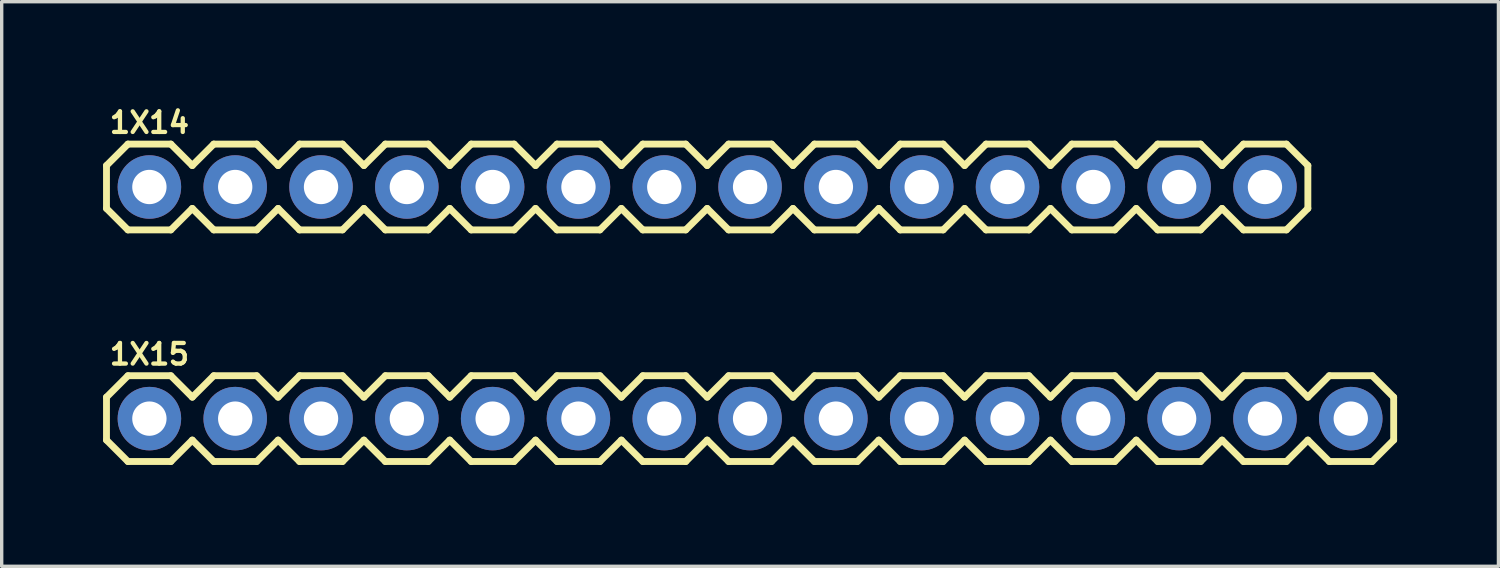
<source format=kicad_pcb>
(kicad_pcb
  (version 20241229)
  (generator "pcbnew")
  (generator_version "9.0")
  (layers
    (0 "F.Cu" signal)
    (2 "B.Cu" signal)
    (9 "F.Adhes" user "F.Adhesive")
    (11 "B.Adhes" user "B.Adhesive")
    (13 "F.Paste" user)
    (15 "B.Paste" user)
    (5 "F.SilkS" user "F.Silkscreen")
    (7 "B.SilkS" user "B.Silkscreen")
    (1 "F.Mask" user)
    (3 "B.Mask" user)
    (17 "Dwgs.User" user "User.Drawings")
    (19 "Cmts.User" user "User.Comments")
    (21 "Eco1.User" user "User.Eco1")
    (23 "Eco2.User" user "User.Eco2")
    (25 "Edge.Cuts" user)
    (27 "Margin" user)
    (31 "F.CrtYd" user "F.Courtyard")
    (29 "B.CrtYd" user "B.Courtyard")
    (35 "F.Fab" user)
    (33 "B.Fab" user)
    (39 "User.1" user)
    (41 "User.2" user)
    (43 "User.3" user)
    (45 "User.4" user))
  (footprint "1X14"
    (layer "F.Cu")
    (at 1.372 2.485)
    (property "Reference" "1X14" (at 0 -1.905 0) (layer "F.SilkS") (effects (font (size 0.61 0.61) (thickness 0.127))))
    (attr exclude_from_pos_files exclude_from_bom)
    (fp_line (start -1.27 -0.635) (end -1.27 0.635) (stroke (width 0.203) (type solid)) (layer "F.SilkS"))
    (fp_line (start -1.27 0.635) (end -0.635 1.27) (stroke (width 0.203) (type solid)) (layer "F.SilkS"))
    (fp_line (start -0.635 -1.27) (end -1.27 -0.635) (stroke (width 0.203) (type solid)) (layer "F.SilkS"))
    (fp_line (start -0.635 -1.27) (end 0.635 -1.27) (stroke (width 0.203) (type solid)) (layer "F.SilkS"))
    (fp_line (start 0.635 -1.27) (end 1.27 -0.635) (stroke (width 0.203) (type solid)) (layer "F.SilkS"))
    (fp_line (start 0.635 1.27) (end -0.635 1.27) (stroke (width 0.203) (type solid)) (layer "F.SilkS"))
    (fp_line (start 1.27 -0.635) (end 1.905 -1.27) (stroke (width 0.203) (type solid)) (layer "F.SilkS"))
    (fp_line (start 1.27 0.635) (end 0.635 1.27) (stroke (width 0.203) (type solid)) (layer "F.SilkS"))
    (fp_line (start 1.905 -1.27) (end 3.175 -1.27) (stroke (width 0.203) (type solid)) (layer "F.SilkS"))
    (fp_line (start 1.905 1.27) (end 1.27 0.635) (stroke (width 0.203) (type solid)) (layer "F.SilkS"))
    (fp_line (start 3.175 -1.27) (end 3.81 -0.635) (stroke (width 0.203) (type solid)) (layer "F.SilkS"))
    (fp_line (start 3.175 1.27) (end 1.905 1.27) (stroke (width 0.203) (type solid)) (layer "F.SilkS"))
    (fp_line (start 3.81 -0.635) (end 4.445 -1.27) (stroke (width 0.203) (type solid)) (layer "F.SilkS"))
    (fp_line (start 3.81 0.635) (end 3.175 1.27) (stroke (width 0.203) (type solid)) (layer "F.SilkS"))
    (fp_line (start 4.445 -1.27) (end 5.715 -1.27) (stroke (width 0.203) (type solid)) (layer "F.SilkS"))
    (fp_line (start 4.445 1.27) (end 3.81 0.635) (stroke (width 0.203) (type solid)) (layer "F.SilkS"))
    (fp_line (start 5.715 -1.27) (end 6.35 -0.635) (stroke (width 0.203) (type solid)) (layer "F.SilkS"))
    (fp_line (start 5.715 1.27) (end 4.445 1.27) (stroke (width 0.203) (type solid)) (layer "F.SilkS"))
    (fp_line (start 6.35 0.635) (end 5.715 1.27) (stroke (width 0.203) (type solid)) (layer "F.SilkS"))
    (fp_line (start 6.35 0.635) (end 6.985 1.27) (stroke (width 0.203) (type solid)) (layer "F.SilkS"))
    (fp_line (start 6.985 -1.27) (end 6.35 -0.635) (stroke (width 0.203) (type solid)) (layer "F.SilkS"))
    (fp_line (start 6.985 -1.27) (end 8.255 -1.27) (stroke (width 0.203) (type solid)) (layer "F.SilkS"))
    (fp_line (start 8.255 -1.27) (end 8.89 -0.635) (stroke (width 0.203) (type solid)) (layer "F.SilkS"))
    (fp_line (start 8.255 1.27) (end 6.985 1.27) (stroke (width 0.203) (type solid)) (layer "F.SilkS"))
    (fp_line (start 8.89 -0.635) (end 9.525 -1.27) (stroke (width 0.203) (type solid)) (layer "F.SilkS"))
    (fp_line (start 8.89 0.635) (end 8.255 1.27) (stroke (width 0.203) (type solid)) (layer "F.SilkS"))
    (fp_line (start 9.525 -1.27) (end 10.795 -1.27) (stroke (width 0.203) (type solid)) (layer "F.SilkS"))
    (fp_line (start 9.525 1.27) (end 8.89 0.635) (stroke (width 0.203) (type solid)) (layer "F.SilkS"))
    (fp_line (start 10.795 -1.27) (end 11.43 -0.635) (stroke (width 0.203) (type solid)) (layer "F.SilkS"))
    (fp_line (start 10.795 1.27) (end 9.525 1.27) (stroke (width 0.203) (type solid)) (layer "F.SilkS"))
    (fp_line (start 11.43 -0.635) (end 12.065 -1.27) (stroke (width 0.203) (type solid)) (layer "F.SilkS"))
    (fp_line (start 11.43 0.635) (end 10.795 1.27) (stroke (width 0.203) (type solid)) (layer "F.SilkS"))
    (fp_line (start 12.065 -1.27) (end 13.335 -1.27) (stroke (width 0.203) (type solid)) (layer "F.SilkS"))
    (fp_line (start 12.065 1.27) (end 11.43 0.635) (stroke (width 0.203) (type solid)) (layer "F.SilkS"))
    (fp_line (start 13.335 -1.27) (end 13.97 -0.635) (stroke (width 0.203) (type solid)) (layer "F.SilkS"))
    (fp_line (start 13.335 1.27) (end 12.065 1.27) (stroke (width 0.203) (type solid)) (layer "F.SilkS"))
    (fp_line (start 13.97 0.635) (end 13.335 1.27) (stroke (width 0.203) (type solid)) (layer "F.SilkS"))
    (fp_line (start 13.97 0.635) (end 14.605 1.27) (stroke (width 0.203) (type solid)) (layer "F.SilkS"))
    (fp_line (start 14.605 -1.27) (end 13.97 -0.635) (stroke (width 0.203) (type solid)) (layer "F.SilkS"))
    (fp_line (start 14.605 -1.27) (end 15.875 -1.27) (stroke (width 0.203) (type solid)) (layer "F.SilkS"))
    (fp_line (start 15.875 -1.27) (end 16.51 -0.635) (stroke (width 0.203) (type solid)) (layer "F.SilkS"))
    (fp_line (start 15.875 1.27) (end 14.605 1.27) (stroke (width 0.203) (type solid)) (layer "F.SilkS"))
    (fp_line (start 16.51 0.635) (end 15.875 1.27) (stroke (width 0.203) (type solid)) (layer "F.SilkS"))
    (fp_line (start 16.51 0.635) (end 17.145 1.27) (stroke (width 0.203) (type solid)) (layer "F.SilkS"))
    (fp_line (start 17.145 -1.27) (end 16.51 -0.635) (stroke (width 0.203) (type solid)) (layer "F.SilkS"))
    (fp_line (start 17.145 -1.27) (end 18.415 -1.27) (stroke (width 0.203) (type solid)) (layer "F.SilkS"))
    (fp_line (start 18.415 -1.27) (end 19.05 -0.635) (stroke (width 0.203) (type solid)) (layer "F.SilkS"))
    (fp_line (start 18.415 1.27) (end 17.145 1.27) (stroke (width 0.203) (type solid)) (layer "F.SilkS"))
    (fp_line (start 19.05 -0.635) (end 19.685 -1.27) (stroke (width 0.203) (type solid)) (layer "F.SilkS"))
    (fp_line (start 19.05 0.635) (end 18.415 1.27) (stroke (width 0.203) (type solid)) (layer "F.SilkS"))
    (fp_line (start 19.685 -1.27) (end 20.955 -1.27) (stroke (width 0.203) (type solid)) (layer "F.SilkS"))
    (fp_line (start 19.685 1.27) (end 19.05 0.635) (stroke (width 0.203) (type solid)) (layer "F.SilkS"))
    (fp_line (start 20.955 -1.27) (end 21.59 -0.635) (stroke (width 0.203) (type solid)) (layer "F.SilkS"))
    (fp_line (start 20.955 1.27) (end 19.685 1.27) (stroke (width 0.203) (type solid)) (layer "F.SilkS"))
    (fp_line (start 21.59 -0.635) (end 22.225 -1.27) (stroke (width 0.203) (type solid)) (layer "F.SilkS"))
    (fp_line (start 21.59 0.635) (end 20.955 1.27) (stroke (width 0.203) (type solid)) (layer "F.SilkS"))
    (fp_line (start 22.225 -1.27) (end 23.495 -1.27) (stroke (width 0.203) (type solid)) (layer "F.SilkS"))
    (fp_line (start 22.225 1.27) (end 21.59 0.635) (stroke (width 0.203) (type solid)) (layer "F.SilkS"))
    (fp_line (start 23.495 -1.27) (end 24.13 -0.635) (stroke (width 0.203) (type solid)) (layer "F.SilkS"))
    (fp_line (start 23.495 1.27) (end 22.225 1.27) (stroke (width 0.203) (type solid)) (layer "F.SilkS"))
    (fp_line (start 24.13 0.635) (end 23.495 1.27) (stroke (width 0.203) (type solid)) (layer "F.SilkS"))
    (fp_line (start 24.13 0.635) (end 24.765 1.27) (stroke (width 0.203) (type solid)) (layer "F.SilkS"))
    (fp_line (start 24.765 -1.27) (end 24.13 -0.635) (stroke (width 0.203) (type solid)) (layer "F.SilkS"))
    (fp_line (start 24.765 -1.27) (end 26.035 -1.27) (stroke (width 0.203) (type solid)) (layer "F.SilkS"))
    (fp_line (start 26.035 -1.27) (end 26.67 -0.635) (stroke (width 0.203) (type solid)) (layer "F.SilkS"))
    (fp_line (start 26.035 1.27) (end 24.765 1.27) (stroke (width 0.203) (type solid)) (layer "F.SilkS"))
    (fp_line (start 26.67 -0.635) (end 27.305 -1.27) (stroke (width 0.203) (type solid)) (layer "F.SilkS"))
    (fp_line (start 26.67 0.635) (end 26.035 1.27) (stroke (width 0.203) (type solid)) (layer "F.SilkS"))
    (fp_line (start 27.305 -1.27) (end 28.575 -1.27) (stroke (width 0.203) (type solid)) (layer "F.SilkS"))
    (fp_line (start 27.305 1.27) (end 26.67 0.635) (stroke (width 0.203) (type solid)) (layer "F.SilkS"))
    (fp_line (start 28.575 -1.27) (end 29.21 -0.635) (stroke (width 0.203) (type solid)) (layer "F.SilkS"))
    (fp_line (start 28.575 1.27) (end 27.305 1.27) (stroke (width 0.203) (type solid)) (layer "F.SilkS"))
    (fp_line (start 29.21 -0.635) (end 29.845 -1.27) (stroke (width 0.203) (type solid)) (layer "F.SilkS"))
    (fp_line (start 29.21 0.635) (end 28.575 1.27) (stroke (width 0.203) (type solid)) (layer "F.SilkS"))
    (fp_line (start 29.845 -1.27) (end 31.115 -1.27) (stroke (width 0.203) (type solid)) (layer "F.SilkS"))
    (fp_line (start 29.845 1.27) (end 29.21 0.635) (stroke (width 0.203) (type solid)) (layer "F.SilkS"))
    (fp_line (start 31.115 -1.27) (end 31.75 -0.635) (stroke (width 0.203) (type solid)) (layer "F.SilkS"))
    (fp_line (start 31.115 1.27) (end 29.845 1.27) (stroke (width 0.203) (type solid)) (layer "F.SilkS"))
    (fp_line (start 31.75 0.635) (end 31.115 1.27) (stroke (width 0.203) (type solid)) (layer "F.SilkS"))
    (fp_line (start 31.75 0.635) (end 32.385 1.27) (stroke (width 0.203) (type solid)) (layer "F.SilkS"))
    (fp_line (start 32.385 -1.27) (end 31.75 -0.635) (stroke (width 0.203) (type solid)) (layer "F.SilkS"))
    (fp_line (start 32.385 -1.27) (end 33.655 -1.27) (stroke (width 0.203) (type solid)) (layer "F.SilkS"))
    (fp_line (start 33.655 -1.27) (end 34.29 -0.635) (stroke (width 0.203) (type solid)) (layer "F.SilkS"))
    (fp_line (start 33.655 1.27) (end 32.385 1.27) (stroke (width 0.203) (type solid)) (layer "F.SilkS"))
    (fp_line (start 34.29 -0.635) (end 34.29 0.635) (stroke (width 0.203) (type solid)) (layer "F.SilkS"))
    (fp_line (start 34.29 0.635) (end 33.655 1.27) (stroke (width 0.203) (type solid)) (layer "F.SilkS"))
    (pad "1" thru_hole circle (at 0 0) (size 1.88 1.88) (drill 1.016) (layers "*.Cu" "*.Mask"))
    (pad "2" thru_hole circle (at 2.54 0) (size 1.88 1.88) (drill 1.016) (layers "*.Cu" "*.Mask"))
    (pad "3" thru_hole circle (at 5.08 0) (size 1.88 1.88) (drill 1.016) (layers "*.Cu" "*.Mask"))
    (pad "4" thru_hole circle (at 7.62 0) (size 1.88 1.88) (drill 1.016) (layers "*.Cu" "*.Mask"))
    (pad "5" thru_hole circle (at 10.16 0) (size 1.88 1.88) (drill 1.016) (layers "*.Cu" "*.Mask"))
    (pad "6" thru_hole circle (at 12.7 0) (size 1.88 1.88) (drill 1.016) (layers "*.Cu" "*.Mask"))
    (pad "7" thru_hole circle (at 15.24 0) (size 1.88 1.88) (drill 1.016) (layers "*.Cu" "*.Mask"))
    (pad "8" thru_hole circle (at 17.78 0) (size 1.88 1.88) (drill 1.016) (layers "*.Cu" "*.Mask"))
    (pad "9" thru_hole circle (at 20.32 0) (size 1.88 1.88) (drill 1.016) (layers "*.Cu" "*.Mask"))
    (pad "10" thru_hole circle (at 22.86 0) (size 1.88 1.88) (drill 1.016) (layers "*.Cu" "*.Mask"))
    (pad "11" thru_hole circle (at 25.4 0) (size 1.88 1.88) (drill 1.016) (layers "*.Cu" "*.Mask"))
    (pad "12" thru_hole circle (at 27.94 0) (size 1.88 1.88) (drill 1.016) (layers "*.Cu" "*.Mask"))
    (pad "13" thru_hole circle (at 30.48 0) (size 1.88 1.88) (drill 1.016) (layers "*.Cu" "*.Mask"))
    (pad "14" thru_hole circle (at 33.02 0) (size 1.88 1.88) (drill 1.016) (layers "*.Cu" "*.Mask")))
  (footprint "1X15"
    (layer "F.Cu")
    (at 1.372 9.341)
    (property "Reference" "1X15" (at 0 -1.905 0) (layer "F.SilkS") (effects (font (size 0.61 0.61) (thickness 0.127))))
    (attr exclude_from_pos_files exclude_from_bom)
    (fp_line (start -1.27 -0.635) (end -1.27 0.635) (stroke (width 0.203) (type solid)) (layer "F.SilkS"))
    (fp_line (start -1.27 0.635) (end -0.635 1.27) (stroke (width 0.203) (type solid)) (layer "F.SilkS"))
    (fp_line (start -0.635 -1.27) (end -1.27 -0.635) (stroke (width 0.203) (type solid)) (layer "F.SilkS"))
    (fp_line (start -0.635 -1.27) (end 0.635 -1.27) (stroke (width 0.203) (type solid)) (layer "F.SilkS"))
    (fp_line (start 0.635 -1.27) (end 1.27 -0.635) (stroke (width 0.203) (type solid)) (layer "F.SilkS"))
    (fp_line (start 0.635 1.27) (end -0.635 1.27) (stroke (width 0.203) (type solid)) (layer "F.SilkS"))
    (fp_line (start 1.27 -0.635) (end 1.905 -1.27) (stroke (width 0.203) (type solid)) (layer "F.SilkS"))
    (fp_line (start 1.27 0.635) (end 0.635 1.27) (stroke (width 0.203) (type solid)) (layer "F.SilkS"))
    (fp_line (start 1.905 -1.27) (end 3.175 -1.27) (stroke (width 0.203) (type solid)) (layer "F.SilkS"))
    (fp_line (start 1.905 1.27) (end 1.27 0.635) (stroke (width 0.203) (type solid)) (layer "F.SilkS"))
    (fp_line (start 3.175 -1.27) (end 3.81 -0.635) (stroke (width 0.203) (type solid)) (layer "F.SilkS"))
    (fp_line (start 3.175 1.27) (end 1.905 1.27) (stroke (width 0.203) (type solid)) (layer "F.SilkS"))
    (fp_line (start 3.81 -0.635) (end 4.445 -1.27) (stroke (width 0.203) (type solid)) (layer "F.SilkS"))
    (fp_line (start 3.81 0.635) (end 3.175 1.27) (stroke (width 0.203) (type solid)) (layer "F.SilkS"))
    (fp_line (start 4.445 -1.27) (end 5.715 -1.27) (stroke (width 0.203) (type solid)) (layer "F.SilkS"))
    (fp_line (start 4.445 1.27) (end 3.81 0.635) (stroke (width 0.203) (type solid)) (layer "F.SilkS"))
    (fp_line (start 5.715 -1.27) (end 6.35 -0.635) (stroke (width 0.203) (type solid)) (layer "F.SilkS"))
    (fp_line (start 5.715 1.27) (end 4.445 1.27) (stroke (width 0.203) (type solid)) (layer "F.SilkS"))
    (fp_line (start 6.35 0.635) (end 5.715 1.27) (stroke (width 0.203) (type solid)) (layer "F.SilkS"))
    (fp_line (start 6.35 0.635) (end 6.985 1.27) (stroke (width 0.203) (type solid)) (layer "F.SilkS"))
    (fp_line (start 6.985 -1.27) (end 6.35 -0.635) (stroke (width 0.203) (type solid)) (layer "F.SilkS"))
    (fp_line (start 6.985 -1.27) (end 8.255 -1.27) (stroke (width 0.203) (type solid)) (layer "F.SilkS"))
    (fp_line (start 8.255 -1.27) (end 8.89 -0.635) (stroke (width 0.203) (type solid)) (layer "F.SilkS"))
    (fp_line (start 8.255 1.27) (end 6.985 1.27) (stroke (width 0.203) (type solid)) (layer "F.SilkS"))
    (fp_line (start 8.89 -0.635) (end 9.525 -1.27) (stroke (width 0.203) (type solid)) (layer "F.SilkS"))
    (fp_line (start 8.89 0.635) (end 8.255 1.27) (stroke (width 0.203) (type solid)) (layer "F.SilkS"))
    (fp_line (start 9.525 -1.27) (end 10.795 -1.27) (stroke (width 0.203) (type solid)) (layer "F.SilkS"))
    (fp_line (start 9.525 1.27) (end 8.89 0.635) (stroke (width 0.203) (type solid)) (layer "F.SilkS"))
    (fp_line (start 10.795 -1.27) (end 11.43 -0.635) (stroke (width 0.203) (type solid)) (layer "F.SilkS"))
    (fp_line (start 10.795 1.27) (end 9.525 1.27) (stroke (width 0.203) (type solid)) (layer "F.SilkS"))
    (fp_line (start 11.43 -0.635) (end 12.065 -1.27) (stroke (width 0.203) (type solid)) (layer "F.SilkS"))
    (fp_line (start 11.43 0.635) (end 10.795 1.27) (stroke (width 0.203) (type solid)) (layer "F.SilkS"))
    (fp_line (start 12.065 -1.27) (end 13.335 -1.27) (stroke (width 0.203) (type solid)) (layer "F.SilkS"))
    (fp_line (start 12.065 1.27) (end 11.43 0.635) (stroke (width 0.203) (type solid)) (layer "F.SilkS"))
    (fp_line (start 13.335 -1.27) (end 13.97 -0.635) (stroke (width 0.203) (type solid)) (layer "F.SilkS"))
    (fp_line (start 13.335 1.27) (end 12.065 1.27) (stroke (width 0.203) (type solid)) (layer "F.SilkS"))
    (fp_line (start 13.97 0.635) (end 13.335 1.27) (stroke (width 0.203) (type solid)) (layer "F.SilkS"))
    (fp_line (start 13.97 0.635) (end 14.605 1.27) (stroke (width 0.203) (type solid)) (layer "F.SilkS"))
    (fp_line (start 14.605 -1.27) (end 13.97 -0.635) (stroke (width 0.203) (type solid)) (layer "F.SilkS"))
    (fp_line (start 14.605 -1.27) (end 15.875 -1.27) (stroke (width 0.203) (type solid)) (layer "F.SilkS"))
    (fp_line (start 15.875 -1.27) (end 16.51 -0.635) (stroke (width 0.203) (type solid)) (layer "F.SilkS"))
    (fp_line (start 15.875 1.27) (end 14.605 1.27) (stroke (width 0.203) (type solid)) (layer "F.SilkS"))
    (fp_line (start 16.51 0.635) (end 15.875 1.27) (stroke (width 0.203) (type solid)) (layer "F.SilkS"))
    (fp_line (start 16.51 0.635) (end 17.145 1.27) (stroke (width 0.203) (type solid)) (layer "F.SilkS"))
    (fp_line (start 17.145 -1.27) (end 16.51 -0.635) (stroke (width 0.203) (type solid)) (layer "F.SilkS"))
    (fp_line (start 17.145 -1.27) (end 18.415 -1.27) (stroke (width 0.203) (type solid)) (layer "F.SilkS"))
    (fp_line (start 18.415 -1.27) (end 19.05 -0.635) (stroke (width 0.203) (type solid)) (layer "F.SilkS"))
    (fp_line (start 18.415 1.27) (end 17.145 1.27) (stroke (width 0.203) (type solid)) (layer "F.SilkS"))
    (fp_line (start 19.05 -0.635) (end 19.685 -1.27) (stroke (width 0.203) (type solid)) (layer "F.SilkS"))
    (fp_line (start 19.05 0.635) (end 18.415 1.27) (stroke (width 0.203) (type solid)) (layer "F.SilkS"))
    (fp_line (start 19.685 -1.27) (end 20.955 -1.27) (stroke (width 0.203) (type solid)) (layer "F.SilkS"))
    (fp_line (start 19.685 1.27) (end 19.05 0.635) (stroke (width 0.203) (type solid)) (layer "F.SilkS"))
    (fp_line (start 20.955 -1.27) (end 21.59 -0.635) (stroke (width 0.203) (type solid)) (layer "F.SilkS"))
    (fp_line (start 20.955 1.27) (end 19.685 1.27) (stroke (width 0.203) (type solid)) (layer "F.SilkS"))
    (fp_line (start 21.59 -0.635) (end 22.225 -1.27) (stroke (width 0.203) (type solid)) (layer "F.SilkS"))
    (fp_line (start 21.59 0.635) (end 20.955 1.27) (stroke (width 0.203) (type solid)) (layer "F.SilkS"))
    (fp_line (start 22.225 -1.27) (end 23.495 -1.27) (stroke (width 0.203) (type solid)) (layer "F.SilkS"))
    (fp_line (start 22.225 1.27) (end 21.59 0.635) (stroke (width 0.203) (type solid)) (layer "F.SilkS"))
    (fp_line (start 23.495 -1.27) (end 24.13 -0.635) (stroke (width 0.203) (type solid)) (layer "F.SilkS"))
    (fp_line (start 23.495 1.27) (end 22.225 1.27) (stroke (width 0.203) (type solid)) (layer "F.SilkS"))
    (fp_line (start 24.13 0.635) (end 23.495 1.27) (stroke (width 0.203) (type solid)) (layer "F.SilkS"))
    (fp_line (start 24.13 0.635) (end 24.765 1.27) (stroke (width 0.203) (type solid)) (layer "F.SilkS"))
    (fp_line (start 24.765 -1.27) (end 24.13 -0.635) (stroke (width 0.203) (type solid)) (layer "F.SilkS"))
    (fp_line (start 24.765 -1.27) (end 26.035 -1.27) (stroke (width 0.203) (type solid)) (layer "F.SilkS"))
    (fp_line (start 26.035 -1.27) (end 26.67 -0.635) (stroke (width 0.203) (type solid)) (layer "F.SilkS"))
    (fp_line (start 26.035 1.27) (end 24.765 1.27) (stroke (width 0.203) (type solid)) (layer "F.SilkS"))
    (fp_line (start 26.67 -0.635) (end 27.305 -1.27) (stroke (width 0.203) (type solid)) (layer "F.SilkS"))
    (fp_line (start 26.67 0.635) (end 26.035 1.27) (stroke (width 0.203) (type solid)) (layer "F.SilkS"))
    (fp_line (start 27.305 -1.27) (end 28.575 -1.27) (stroke (width 0.203) (type solid)) (layer "F.SilkS"))
    (fp_line (start 27.305 1.27) (end 26.67 0.635) (stroke (width 0.203) (type solid)) (layer "F.SilkS"))
    (fp_line (start 28.575 -1.27) (end 29.21 -0.635) (stroke (width 0.203) (type solid)) (layer "F.SilkS"))
    (fp_line (start 28.575 1.27) (end 27.305 1.27) (stroke (width 0.203) (type solid)) (layer "F.SilkS"))
    (fp_line (start 29.21 -0.635) (end 29.845 -1.27) (stroke (width 0.203) (type solid)) (layer "F.SilkS"))
    (fp_line (start 29.21 0.635) (end 28.575 1.27) (stroke (width 0.203) (type solid)) (layer "F.SilkS"))
    (fp_line (start 29.845 -1.27) (end 31.115 -1.27) (stroke (width 0.203) (type solid)) (layer "F.SilkS"))
    (fp_line (start 29.845 1.27) (end 29.21 0.635) (stroke (width 0.203) (type solid)) (layer "F.SilkS"))
    (fp_line (start 31.115 -1.27) (end 31.75 -0.635) (stroke (width 0.203) (type solid)) (layer "F.SilkS"))
    (fp_line (start 31.115 1.27) (end 29.845 1.27) (stroke (width 0.203) (type solid)) (layer "F.SilkS"))
    (fp_line (start 31.75 0.635) (end 31.115 1.27) (stroke (width 0.203) (type solid)) (layer "F.SilkS"))
    (fp_line (start 31.75 0.635) (end 32.385 1.27) (stroke (width 0.203) (type solid)) (layer "F.SilkS"))
    (fp_line (start 32.385 -1.27) (end 31.75 -0.635) (stroke (width 0.203) (type solid)) (layer "F.SilkS"))
    (fp_line (start 32.385 -1.27) (end 33.655 -1.27) (stroke (width 0.203) (type solid)) (layer "F.SilkS"))
    (fp_line (start 33.655 -1.27) (end 34.29 -0.635) (stroke (width 0.203) (type solid)) (layer "F.SilkS"))
    (fp_line (start 33.655 1.27) (end 32.385 1.27) (stroke (width 0.203) (type solid)) (layer "F.SilkS"))
    (fp_line (start 34.29 0.635) (end 33.655 1.27) (stroke (width 0.203) (type solid)) (layer "F.SilkS"))
    (fp_line (start 34.29 0.635) (end 34.925 1.27) (stroke (width 0.203) (type solid)) (layer "F.SilkS"))
    (fp_line (start 34.925 -1.27) (end 34.29 -0.635) (stroke (width 0.203) (type solid)) (layer "F.SilkS"))
    (fp_line (start 34.925 -1.27) (end 36.195 -1.27) (stroke (width 0.203) (type solid)) (layer "F.SilkS"))
    (fp_line (start 36.195 -1.27) (end 36.83 -0.635) (stroke (width 0.203) (type solid)) (layer "F.SilkS"))
    (fp_line (start 36.195 1.27) (end 34.925 1.27) (stroke (width 0.203) (type solid)) (layer "F.SilkS"))
    (fp_line (start 36.83 -0.635) (end 36.83 0.635) (stroke (width 0.203) (type solid)) (layer "F.SilkS"))
    (fp_line (start 36.83 0.635) (end 36.195 1.27) (stroke (width 0.203) (type solid)) (layer "F.SilkS"))
    (pad "1" thru_hole circle (at 0 0) (size 1.88 1.88) (drill 1.016) (layers "*.Cu" "*.Mask"))
    (pad "2" thru_hole circle (at 2.54 0) (size 1.88 1.88) (drill 1.016) (layers "*.Cu" "*.Mask"))
    (pad "3" thru_hole circle (at 5.08 0) (size 1.88 1.88) (drill 1.016) (layers "*.Cu" "*.Mask"))
    (pad "4" thru_hole circle (at 7.62 0) (size 1.88 1.88) (drill 1.016) (layers "*.Cu" "*.Mask"))
    (pad "5" thru_hole circle (at 10.16 0) (size 1.88 1.88) (drill 1.016) (layers "*.Cu" "*.Mask"))
    (pad "6" thru_hole circle (at 12.7 0) (size 1.88 1.88) (drill 1.016) (layers "*.Cu" "*.Mask"))
    (pad "7" thru_hole circle (at 15.24 0) (size 1.88 1.88) (drill 1.016) (layers "*.Cu" "*.Mask"))
    (pad "8" thru_hole circle (at 17.78 0) (size 1.88 1.88) (drill 1.016) (layers "*.Cu" "*.Mask"))
    (pad "9" thru_hole circle (at 20.32 0) (size 1.88 1.88) (drill 1.016) (layers "*.Cu" "*.Mask"))
    (pad "10" thru_hole circle (at 22.86 0) (size 1.88 1.88) (drill 1.016) (layers "*.Cu" "*.Mask"))
    (pad "11" thru_hole circle (at 25.4 0) (size 1.88 1.88) (drill 1.016) (layers "*.Cu" "*.Mask"))
    (pad "12" thru_hole circle (at 27.94 0) (size 1.88 1.88) (drill 1.016) (layers "*.Cu" "*.Mask"))
    (pad "13" thru_hole circle (at 30.48 0) (size 1.88 1.88) (drill 1.016) (layers "*.Cu" "*.Mask"))
    (pad "14" thru_hole circle (at 33.02 0) (size 1.88 1.88) (drill 1.016) (layers "*.Cu" "*.Mask"))
    (pad "15" thru_hole circle (at 35.56 0) (size 1.88 1.88) (drill 1.016) (layers "*.Cu" "*.Mask")))
  (gr_rect
    (start -3 -3)
    (end 41.303 13.712)
    (stroke (width 0.1) (type default))
    (fill no)
    (layer "Edge.Cuts")))
</source>
